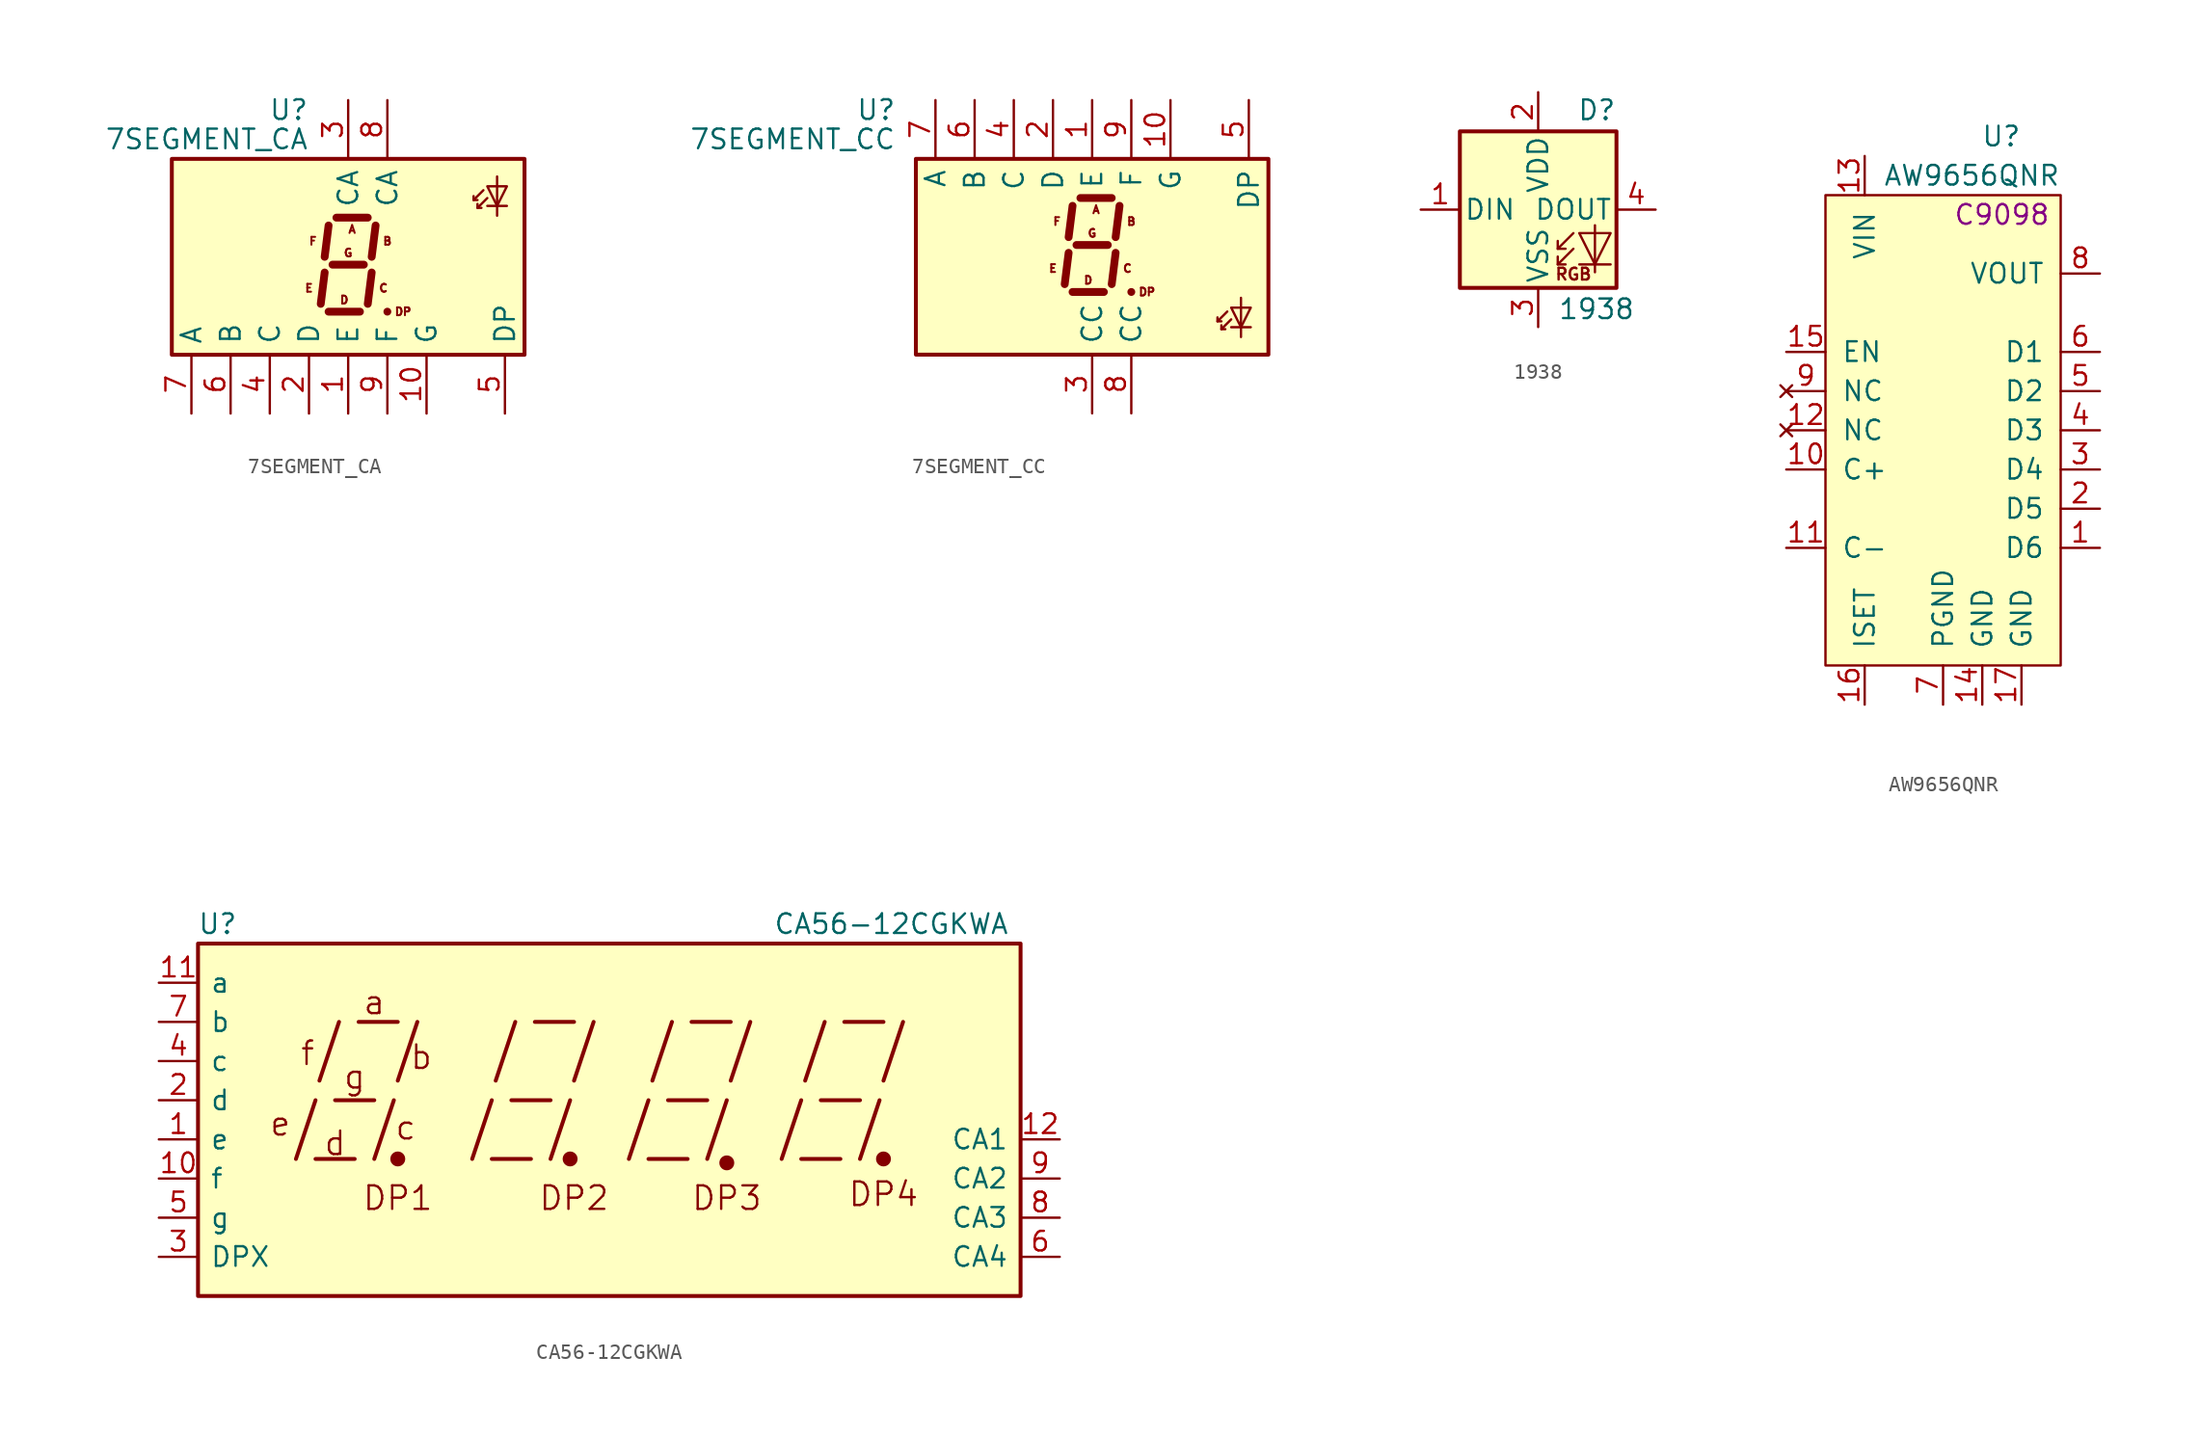
<source format=kicad_sym>
(kicad_symbol_lib
  (version 20231120)
  (generator "kicad_symbol_editor")
  (generator_version "8.0")
  (symbol "7SEGMENT_CA"
    (pin_names
      (offset 0.635))
    (property "Reference" "U"
      (at -2.54 9.525 0)
      (effects (font (size 1.27 1.27)) (justify right)))
    (property "Value" "7SEGMENT_CA"
      (at -2.54 7.62 0)
      (effects (font (size 1.27 1.27)) (justify right)))
    (symbol "7SEGMENT_CA_0_0"
      (text "A" (at 0.254 1.778 0) (effects (font (size 0.508 0.508))))
      (text "B" (at 2.54 1.016 0) (effects (font (size 0.508 0.508))))
      (text "C" (at 2.286 -2.032 0) (effects (font (size 0.508 0.508))))
      (text "D" (at -0.254 -2.794 0) (effects (font (size 0.508 0.508))))
      (text "DP" (at 3.556 -3.556 0) (effects (font (size 0.508 0.508))))
      (text "E" (at -2.54 -2.032 0) (effects (font (size 0.508 0.508))))
      (text "F" (at -2.286 1.016 0) (effects (font (size 0.508 0.508))))
      (text "G" (at 0 0.254 0) (effects (font (size 0.508 0.508)))))
    (symbol "7SEGMENT_CA_0_1"
      (rectangle (start -11.43 -6.35) (end 11.43 6.35) (stroke (width 0.254) (type default)) (fill (type background)))
      (polyline (pts (xy -1.524 -1.016) (xy -1.778 -3.048)) (stroke (width 0.508) (type default)) (fill (type none)))
      (polyline (pts (xy -1.27 -3.556) (xy 0.762 -3.556)) (stroke (width 0.508) (type default)) (fill (type none)))
      (polyline (pts (xy -1.27 2.032) (xy -1.524 0)) (stroke (width 0.508) (type default)) (fill (type none)))
      (polyline (pts (xy -1.016 -0.508) (xy 1.016 -0.508)) (stroke (width 0.508) (type default)) (fill (type none)))
      (polyline (pts (xy -0.762 2.54) (xy 1.27 2.54)) (stroke (width 0.508) (type default)) (fill (type none)))
      (polyline (pts (xy 1.524 -1.016) (xy 1.27 -3.048)) (stroke (width 0.508) (type default)) (fill (type none)))
      (polyline (pts (xy 1.778 2.032) (xy 1.524 0)) (stroke (width 0.508) (type default)) (fill (type none)))
      (polyline (pts (xy 2.54 -3.556) (xy 2.54 -3.556)) (stroke (width 0.508) (type default)) (fill (type none)))
      (polyline (pts (xy 8.763 4.318) (xy 8.128 3.683)) (stroke (width 0) (type default)) (fill (type none)))
      (polyline (pts (xy 9.017 3.302) (xy 10.287 3.302)) (stroke (width 0) (type default)) (fill (type none)))
      (polyline (pts (xy 9.017 3.81) (xy 8.382 3.175)) (stroke (width 0) (type default)) (fill (type none)))
      (polyline (pts (xy 9.652 2.667) (xy 9.652 5.207)) (stroke (width 0) (type default)) (fill (type none)))
      (polyline (pts (xy 8.128 3.937) (xy 8.128 3.683) (xy 8.382 3.683)) (stroke (width 0) (type default)) (fill (type none)))
      (polyline (pts (xy 8.382 3.429) (xy 8.382 3.175) (xy 8.636 3.175)) (stroke (width 0) (type default)) (fill (type none)))
      (polyline (pts (xy 9.017 4.572) (xy 10.287 4.572) (xy 9.652 3.302) (xy 9.017 4.572)) (stroke (width 0) (type default)) (fill (type none))))
    (symbol "7SEGMENT_CA_1_1"
      (pin input line (at 0 -10.16 90) (length 3.81) (name "E" (effects (font (size 1.27 1.27)))) (number "1" (effects (font (size 1.27 1.27)))))
      (pin input line (at 5.08 -10.16 90) (length 3.81) (name "G" (effects (font (size 1.27 1.27)))) (number "10" (effects (font (size 1.27 1.27)))))
      (pin input line (at -2.54 -10.16 90) (length 3.81) (name "D" (effects (font (size 1.27 1.27)))) (number "2" (effects (font (size 1.27 1.27)))))
      (pin input line (at 0 10.16 270) (length 3.81) (name "CA" (effects (font (size 1.27 1.27)))) (number "3" (effects (font (size 1.27 1.27)))))
      (pin input line (at -5.08 -10.16 90) (length 3.81) (name "C" (effects (font (size 1.27 1.27)))) (number "4" (effects (font (size 1.27 1.27)))))
      (pin input line (at 10.16 -10.16 90) (length 3.81) (name "DP" (effects (font (size 1.27 1.27)))) (number "5" (effects (font (size 1.27 1.27)))))
      (pin input line (at -7.62 -10.16 90) (length 3.81) (name "B" (effects (font (size 1.27 1.27)))) (number "6" (effects (font (size 1.27 1.27)))))
      (pin input line (at -10.16 -10.16 90) (length 3.81) (name "A" (effects (font (size 1.27 1.27)))) (number "7" (effects (font (size 1.27 1.27)))))
      (pin input line (at 2.54 10.16 270) (length 3.81) (name "CA" (effects (font (size 1.27 1.27)))) (number "8" (effects (font (size 1.27 1.27)))))
      (pin input line (at 2.54 -10.16 90) (length 3.81) (name "F" (effects (font (size 1.27 1.27)))) (number "9" (effects (font (size 1.27 1.27)))))))
  (symbol "7SEGMENT_CC"
    (pin_names
      (offset 0.635))
    (property "Reference" "U"
      (at -12.7 9.525 0)
      (effects (font (size 1.27 1.27)) (justify right)))
    (property "Value" "7SEGMENT_CC"
      (at -12.7 7.62 0)
      (effects (font (size 1.27 1.27)) (justify right)))
    (symbol "7SEGMENT_CC_0_0"
      (text "A" (at 0.254 3.048 0) (effects (font (size 0.508 0.508))))
      (text "B" (at 2.54 2.286 0) (effects (font (size 0.508 0.508))))
      (text "C" (at 2.286 -0.762 0) (effects (font (size 0.508 0.508))))
      (text "D" (at -0.254 -1.524 0) (effects (font (size 0.508 0.508))))
      (text "DP" (at 3.556 -2.286 0) (effects (font (size 0.508 0.508))))
      (text "E" (at -2.54 -0.762 0) (effects (font (size 0.508 0.508))))
      (text "F" (at -2.286 2.286 0) (effects (font (size 0.508 0.508))))
      (text "G" (at 0 1.524 0) (effects (font (size 0.508 0.508)))))
    (symbol "7SEGMENT_CC_0_1"
      (rectangle (start -11.43 -6.35) (end 11.43 6.35) (stroke (width 0.254) (type default)) (fill (type background)))
      (polyline (pts (xy -1.524 0.254) (xy -1.778 -1.778)) (stroke (width 0.508) (type default)) (fill (type none)))
      (polyline (pts (xy -1.27 -2.286) (xy 0.762 -2.286)) (stroke (width 0.508) (type default)) (fill (type none)))
      (polyline (pts (xy -1.27 3.302) (xy -1.524 1.27)) (stroke (width 0.508) (type default)) (fill (type none)))
      (polyline (pts (xy -1.016 0.762) (xy 1.016 0.762)) (stroke (width 0.508) (type default)) (fill (type none)))
      (polyline (pts (xy -0.762 3.81) (xy 1.27 3.81)) (stroke (width 0.508) (type default)) (fill (type none)))
      (polyline (pts (xy 1.524 0.254) (xy 1.27 -1.778)) (stroke (width 0.508) (type default)) (fill (type none)))
      (polyline (pts (xy 1.778 3.302) (xy 1.524 1.27)) (stroke (width 0.508) (type default)) (fill (type none)))
      (polyline (pts (xy 2.54 -2.286) (xy 2.54 -2.286)) (stroke (width 0.508) (type default)) (fill (type none)))
      (polyline (pts (xy 8.763 -3.556) (xy 8.128 -4.191)) (stroke (width 0) (type default)) (fill (type none)))
      (polyline (pts (xy 9.017 -4.572) (xy 10.287 -4.572)) (stroke (width 0) (type default)) (fill (type none)))
      (polyline (pts (xy 9.017 -4.064) (xy 8.382 -4.699)) (stroke (width 0) (type default)) (fill (type none)))
      (polyline (pts (xy 9.652 -5.207) (xy 9.652 -2.667)) (stroke (width 0) (type default)) (fill (type none)))
      (polyline (pts (xy 8.128 -3.937) (xy 8.128 -4.191) (xy 8.382 -4.191)) (stroke (width 0) (type default)) (fill (type none)))
      (polyline (pts (xy 8.382 -4.445) (xy 8.382 -4.699) (xy 8.636 -4.699)) (stroke (width 0) (type default)) (fill (type none)))
      (polyline (pts (xy 9.017 -3.302) (xy 10.287 -3.302) (xy 9.652 -4.572) (xy 9.017 -3.302)) (stroke (width 0) (type default)) (fill (type none))))
    (symbol "7SEGMENT_CC_1_1"
      (pin input line (at 0 10.16 270) (length 3.81) (name "E" (effects (font (size 1.27 1.27)))) (number "1" (effects (font (size 1.27 1.27)))))
      (pin input line (at 5.08 10.16 270) (length 3.81) (name "G" (effects (font (size 1.27 1.27)))) (number "10" (effects (font (size 1.27 1.27)))))
      (pin input line (at -2.54 10.16 270) (length 3.81) (name "D" (effects (font (size 1.27 1.27)))) (number "2" (effects (font (size 1.27 1.27)))))
      (pin input line (at 0 -10.16 90) (length 3.81) (name "CC" (effects (font (size 1.27 1.27)))) (number "3" (effects (font (size 1.27 1.27)))))
      (pin input line (at -5.08 10.16 270) (length 3.81) (name "C" (effects (font (size 1.27 1.27)))) (number "4" (effects (font (size 1.27 1.27)))))
      (pin input line (at 10.16 10.16 270) (length 3.81) (name "DP" (effects (font (size 1.27 1.27)))) (number "5" (effects (font (size 1.27 1.27)))))
      (pin input line (at -7.62 10.16 270) (length 3.81) (name "B" (effects (font (size 1.27 1.27)))) (number "6" (effects (font (size 1.27 1.27)))))
      (pin input line (at -10.16 10.16 270) (length 3.81) (name "A" (effects (font (size 1.27 1.27)))) (number "7" (effects (font (size 1.27 1.27)))))
      (pin input line (at 2.54 -10.16 90) (length 3.81) (name "CC" (effects (font (size 1.27 1.27)))) (number "8" (effects (font (size 1.27 1.27)))))
      (pin input line (at 2.54 10.16 270) (length 3.81) (name "F" (effects (font (size 1.27 1.27)))) (number "9" (effects (font (size 1.27 1.27)))))))
  (symbol "1938"
    (pin_names
      (offset 0.254))
    (property "Reference" "D"
      (at 5.08 5.715 0)
      (effects (font (size 1.27 1.27)) (justify right bottom)))
    (property "Value" "1938"
      (at 1.27 -5.715 0)
      (effects (font (size 1.27 1.27)) (justify left top)))
    (symbol "1938_0_0"
      (text "RGB" (at 2.286 -4.191 0) (effects (font (size 0.762 0.762)))))
    (symbol "1938_0_1"
      (polyline (pts (xy 1.27 -3.556) (xy 1.778 -3.556)) (stroke (width 0) (type default)) (fill (type none)))
      (polyline (pts (xy 1.27 -2.54) (xy 1.778 -2.54)) (stroke (width 0) (type default)) (fill (type none)))
      (polyline (pts (xy 4.699 -3.556) (xy 2.667 -3.556)) (stroke (width 0) (type default)) (fill (type none)))
      (polyline (pts (xy 2.286 -2.54) (xy 1.27 -3.556) (xy 1.27 -3.048)) (stroke (width 0) (type default)) (fill (type none)))
      (polyline (pts (xy 2.286 -1.524) (xy 1.27 -2.54) (xy 1.27 -2.032)) (stroke (width 0) (type default)) (fill (type none)))
      (polyline (pts (xy 3.683 -1.016) (xy 3.683 -3.556) (xy 3.683 -4.064)) (stroke (width 0) (type default)) (fill (type none)))
      (polyline (pts (xy 4.699 -1.524) (xy 2.667 -1.524) (xy 3.683 -3.556) (xy 4.699 -1.524)) (stroke (width 0) (type default)) (fill (type none)))
      (rectangle (start 5.08 5.08) (end -5.08 -5.08) (stroke (width 0.254) (type default)) (fill (type background))))
    (symbol "1938_1_1"
      (pin input line (at -7.62 0 0) (length 2.54) (name "DIN" (effects (font (size 1.27 1.27)))) (number "1" (effects (font (size 1.27 1.27)))))
      (pin power_in line (at 0 7.62 270) (length 2.54) (name "VDD" (effects (font (size 1.27 1.27)))) (number "2" (effects (font (size 1.27 1.27)))))
      (pin power_in line (at 0 -7.62 90) (length 2.54) (name "VSS" (effects (font (size 1.27 1.27)))) (number "3" (effects (font (size 1.27 1.27)))))
      (pin output line (at 7.62 0 180) (length 2.54) (name "DOUT" (effects (font (size 1.27 1.27)))) (number "4" (effects (font (size 1.27 1.27)))))))
  (symbol "AW9656QNR"
    (pin_names
      (offset 1.016))
    (property "Reference" "U"
      (at 5.08 17.78 0)
      (effects (font (size 1.27 1.27)) (justify right)))
    (property "Value" "AW9656QNR"
      (at 7.62 15.24 0)
      (effects (font (size 1.27 1.27)) (justify right)))
    (property "LCSC" "C9098"
      (at 3.81 12.7 0)
      (effects (font (size 1.27 1.27))))
    (symbol "AW9656QNR_0_0"
      (pin unspecified line (at 10.16 -8.89 180) (length 2.54) (name "D6" (effects (font (size 1.27 1.27)))) (number "1" (effects (font (size 1.27 1.27)))))
      (pin unspecified line (at -10.16 -3.81 0) (length 2.54) (name "C+" (effects (font (size 1.27 1.27)))) (number "10" (effects (font (size 1.27 1.27)))))
      (pin unspecified line (at -10.16 -8.89 0) (length 2.54) (name "C-" (effects (font (size 1.27 1.27)))) (number "11" (effects (font (size 1.27 1.27)))))
      (pin no_connect line (at -10.16 -1.27 0) (length 2.54) (name "NC" (effects (font (size 1.27 1.27)))) (number "12" (effects (font (size 1.27 1.27)))))
      (pin unspecified line (at -5.08 16.51 270) (length 2.54) (name "VIN" (effects (font (size 1.27 1.27)))) (number "13" (effects (font (size 1.27 1.27)))))
      (pin unspecified line (at 2.54 -19.05 90) (length 2.54) (name "GND" (effects (font (size 1.27 1.27)))) (number "14" (effects (font (size 1.27 1.27)))))
      (pin unspecified line (at -10.16 3.81 0) (length 2.54) (name "EN" (effects (font (size 1.27 1.27)))) (number "15" (effects (font (size 1.27 1.27)))))
      (pin unspecified line (at -5.08 -19.05 90) (length 2.54) (name "ISET" (effects (font (size 1.27 1.27)))) (number "16" (effects (font (size 1.27 1.27)))))
      (pin unspecified line (at 5.08 -19.05 90) (length 2.54) (name "GND" (effects (font (size 1.27 1.27)))) (number "17" (effects (font (size 1.27 1.27)))))
      (pin unspecified line (at 10.16 -6.35 180) (length 2.54) (name "D5" (effects (font (size 1.27 1.27)))) (number "2" (effects (font (size 1.27 1.27)))))
      (pin unspecified line (at 10.16 -3.81 180) (length 2.54) (name "D4" (effects (font (size 1.27 1.27)))) (number "3" (effects (font (size 1.27 1.27)))))
      (pin unspecified line (at 10.16 -1.27 180) (length 2.54) (name "D3" (effects (font (size 1.27 1.27)))) (number "4" (effects (font (size 1.27 1.27)))))
      (pin unspecified line (at 10.16 1.27 180) (length 2.54) (name "D2" (effects (font (size 1.27 1.27)))) (number "5" (effects (font (size 1.27 1.27)))))
      (pin unspecified line (at 10.16 3.81 180) (length 2.54) (name "D1" (effects (font (size 1.27 1.27)))) (number "6" (effects (font (size 1.27 1.27)))))
      (pin unspecified line (at 0 -19.05 90) (length 2.54) (name "PGND" (effects (font (size 1.27 1.27)))) (number "7" (effects (font (size 1.27 1.27)))))
      (pin unspecified line (at 10.16 8.89 180) (length 2.54) (name "VOUT" (effects (font (size 1.27 1.27)))) (number "8" (effects (font (size 1.27 1.27)))))
      (pin no_connect line (at -10.16 1.27 0) (length 2.54) (name "NC" (effects (font (size 1.27 1.27)))) (number "9" (effects (font (size 1.27 1.27))))))
    (symbol "AW9656QNR_0_1"
      (rectangle (start -7.62 13.97) (end 7.62 -16.51) (stroke (width 0) (type default)) (fill (type background)))))
  (symbol "CA56-12CGKWA"
    (pin_names
      (offset 0.762))
    (property "Reference" "U"
      (at -24.13 11.43 0)
      (effects (font (size 1.27 1.27))))
    (property "Value" "CA56-12CGKWA"
      (at 19.558 11.43 0)
      (effects (font (size 1.27 1.27))))
    (symbol "CA56-12CGKWA_0_0"
      (rectangle (start -25.4 10.16) (end 27.94 -12.7) (stroke (width 0.254) (type default)) (fill (type background)))
      (polyline (pts (xy -19.05 -3.81) (xy -17.78 0)) (stroke (width 0.254) (type default)) (fill (type none)))
      (polyline (pts (xy -17.78 -3.81) (xy -15.24 -3.81)) (stroke (width 0.254) (type default)) (fill (type none)))
      (polyline (pts (xy -17.526 1.27) (xy -16.256 5.08)) (stroke (width 0.254) (type default)) (fill (type none)))
      (polyline (pts (xy -16.51 0) (xy -13.97 0)) (stroke (width 0.254) (type default)) (fill (type none)))
      (polyline (pts (xy -14.986 5.08) (xy -12.446 5.08)) (stroke (width 0.254) (type default)) (fill (type none)))
      (polyline (pts (xy -13.97 -3.81) (xy -12.7 0)) (stroke (width 0.254) (type default)) (fill (type none)))
      (polyline (pts (xy -12.446 1.27) (xy -11.176 5.08)) (stroke (width 0.254) (type default)) (fill (type none)))
      (polyline (pts (xy -7.62 -3.81) (xy -6.35 0)) (stroke (width 0.254) (type default)) (fill (type none)))
      (polyline (pts (xy -6.35 -3.81) (xy -3.81 -3.81)) (stroke (width 0.254) (type default)) (fill (type none)))
      (polyline (pts (xy -6.096 1.27) (xy -4.826 5.08)) (stroke (width 0.254) (type default)) (fill (type none)))
      (polyline (pts (xy -5.08 0) (xy -2.54 0)) (stroke (width 0.254) (type default)) (fill (type none)))
      (polyline (pts (xy -3.556 5.08) (xy -1.016 5.08)) (stroke (width 0.254) (type default)) (fill (type none)))
      (polyline (pts (xy -2.54 -3.81) (xy -1.27 0)) (stroke (width 0.254) (type default)) (fill (type none)))
      (polyline (pts (xy -1.016 1.27) (xy 0.254 5.08)) (stroke (width 0.254) (type default)) (fill (type none)))
      (polyline (pts (xy 2.54 -3.81) (xy 3.81 0)) (stroke (width 0.254) (type default)) (fill (type none)))
      (polyline (pts (xy 3.81 -3.81) (xy 6.35 -3.81)) (stroke (width 0.254) (type default)) (fill (type none)))
      (polyline (pts (xy 4.064 1.27) (xy 5.334 5.08)) (stroke (width 0.254) (type default)) (fill (type none)))
      (polyline (pts (xy 5.08 0) (xy 7.62 0)) (stroke (width 0.254) (type default)) (fill (type none)))
      (polyline (pts (xy 6.604 5.08) (xy 9.144 5.08)) (stroke (width 0.254) (type default)) (fill (type none)))
      (polyline (pts (xy 7.62 -3.81) (xy 8.89 0)) (stroke (width 0.254) (type default)) (fill (type none)))
      (polyline (pts (xy 9.144 1.27) (xy 10.414 5.08)) (stroke (width 0.254) (type default)) (fill (type none)))
      (polyline (pts (xy 12.446 -3.81) (xy 13.716 0)) (stroke (width 0.254) (type default)) (fill (type none)))
      (polyline (pts (xy 13.716 -3.81) (xy 16.256 -3.81)) (stroke (width 0.254) (type default)) (fill (type none)))
      (polyline (pts (xy 13.97 1.27) (xy 15.24 5.08)) (stroke (width 0.254) (type default)) (fill (type none)))
      (polyline (pts (xy 14.986 0) (xy 17.526 0)) (stroke (width 0.254) (type default)) (fill (type none)))
      (polyline (pts (xy 16.51 5.08) (xy 19.05 5.08)) (stroke (width 0.254) (type default)) (fill (type none)))
      (polyline (pts (xy 17.526 -3.81) (xy 18.796 0)) (stroke (width 0.254) (type default)) (fill (type none)))
      (polyline (pts (xy 19.05 1.27) (xy 20.32 5.08)) (stroke (width 0.254) (type default)) (fill (type none)))
      (text "a" (at -13.97 6.35 0) (effects (font (size 1.524 1.524))))
      (text "b" (at -10.922 2.794 0) (effects (font (size 1.524 1.524))))
      (text "c" (at -11.938 -1.778 0) (effects (font (size 1.524 1.524))))
      (text "d" (at -16.51 -2.794 0) (effects (font (size 1.524 1.524))))
      (text "DP1" (at -12.446 -6.35 0) (effects (font (size 1.524 1.524))))
      (text "DP2" (at -1.016 -6.35 0) (effects (font (size 1.524 1.524))))
      (text "DP3" (at 8.89 -6.35 0) (effects (font (size 1.524 1.524))))
      (text "DP4" (at 19.05 -6.096 0) (effects (font (size 1.524 1.524))))
      (text "e" (at -20.066 -1.524 0) (effects (font (size 1.524 1.524))))
      (text "f" (at -18.288 3.048 0) (effects (font (size 1.524 1.524))))
      (text "g" (at -15.24 1.524 0) (effects (font (size 1.524 1.524)))))
    (symbol "CA56-12CGKWA_0_1"
      (circle (center -12.446 -3.81) (radius 0.356) (stroke (width 0.254) (type default)) (fill (type outline)))
      (circle (center -1.27 -3.81) (radius 0.356) (stroke (width 0.254) (type default)) (fill (type outline))))
    (symbol "CA56-12CGKWA_1_0"
      (circle (center 8.89 -4.064) (radius 0.356) (stroke (width 0.254) (type default)) (fill (type outline)))
      (circle (center 19.05 -3.81) (radius 0.356) (stroke (width 0.254) (type default)) (fill (type outline))))
    (symbol "CA56-12CGKWA_1_1"
      (pin input line (at -27.94 -2.54 0) (length 2.54) (name "e" (effects (font (size 1.27 1.27)))) (number "1" (effects (font (size 1.27 1.27)))))
      (pin input line (at -27.94 -5.08 0) (length 2.54) (name "f" (effects (font (size 1.27 1.27)))) (number "10" (effects (font (size 1.27 1.27)))))
      (pin input line (at -27.94 7.62 0) (length 2.54) (name "a" (effects (font (size 1.27 1.27)))) (number "11" (effects (font (size 1.27 1.27)))))
      (pin input line (at 30.48 -2.54 180) (length 2.54) (name "CA1" (effects (font (size 1.27 1.27)))) (number "12" (effects (font (size 1.27 1.27)))))
      (pin input line (at -27.94 0 0) (length 2.54) (name "d" (effects (font (size 1.27 1.27)))) (number "2" (effects (font (size 1.27 1.27)))))
      (pin input line (at -27.94 -10.16 0) (length 2.54) (name "DPX" (effects (font (size 1.27 1.27)))) (number "3" (effects (font (size 1.27 1.27)))))
      (pin input line (at -27.94 2.54 0) (length 2.54) (name "c" (effects (font (size 1.27 1.27)))) (number "4" (effects (font (size 1.27 1.27)))))
      (pin input line (at -27.94 -7.62 0) (length 2.54) (name "g" (effects (font (size 1.27 1.27)))) (number "5" (effects (font (size 1.27 1.27)))))
      (pin input line (at 30.48 -10.16 180) (length 2.54) (name "CA4" (effects (font (size 1.27 1.27)))) (number "6" (effects (font (size 1.27 1.27)))))
      (pin input line (at -27.94 5.08 0) (length 2.54) (name "b" (effects (font (size 1.27 1.27)))) (number "7" (effects (font (size 1.27 1.27)))))
      (pin input line (at 30.48 -7.62 180) (length 2.54) (name "CA3" (effects (font (size 1.27 1.27)))) (number "8" (effects (font (size 1.27 1.27)))))
      (pin input line (at 30.48 -5.08 180) (length 2.54) (name "CA2" (effects (font (size 1.27 1.27)))) (number "9" (effects (font (size 1.27 1.27))))))))
</source>
